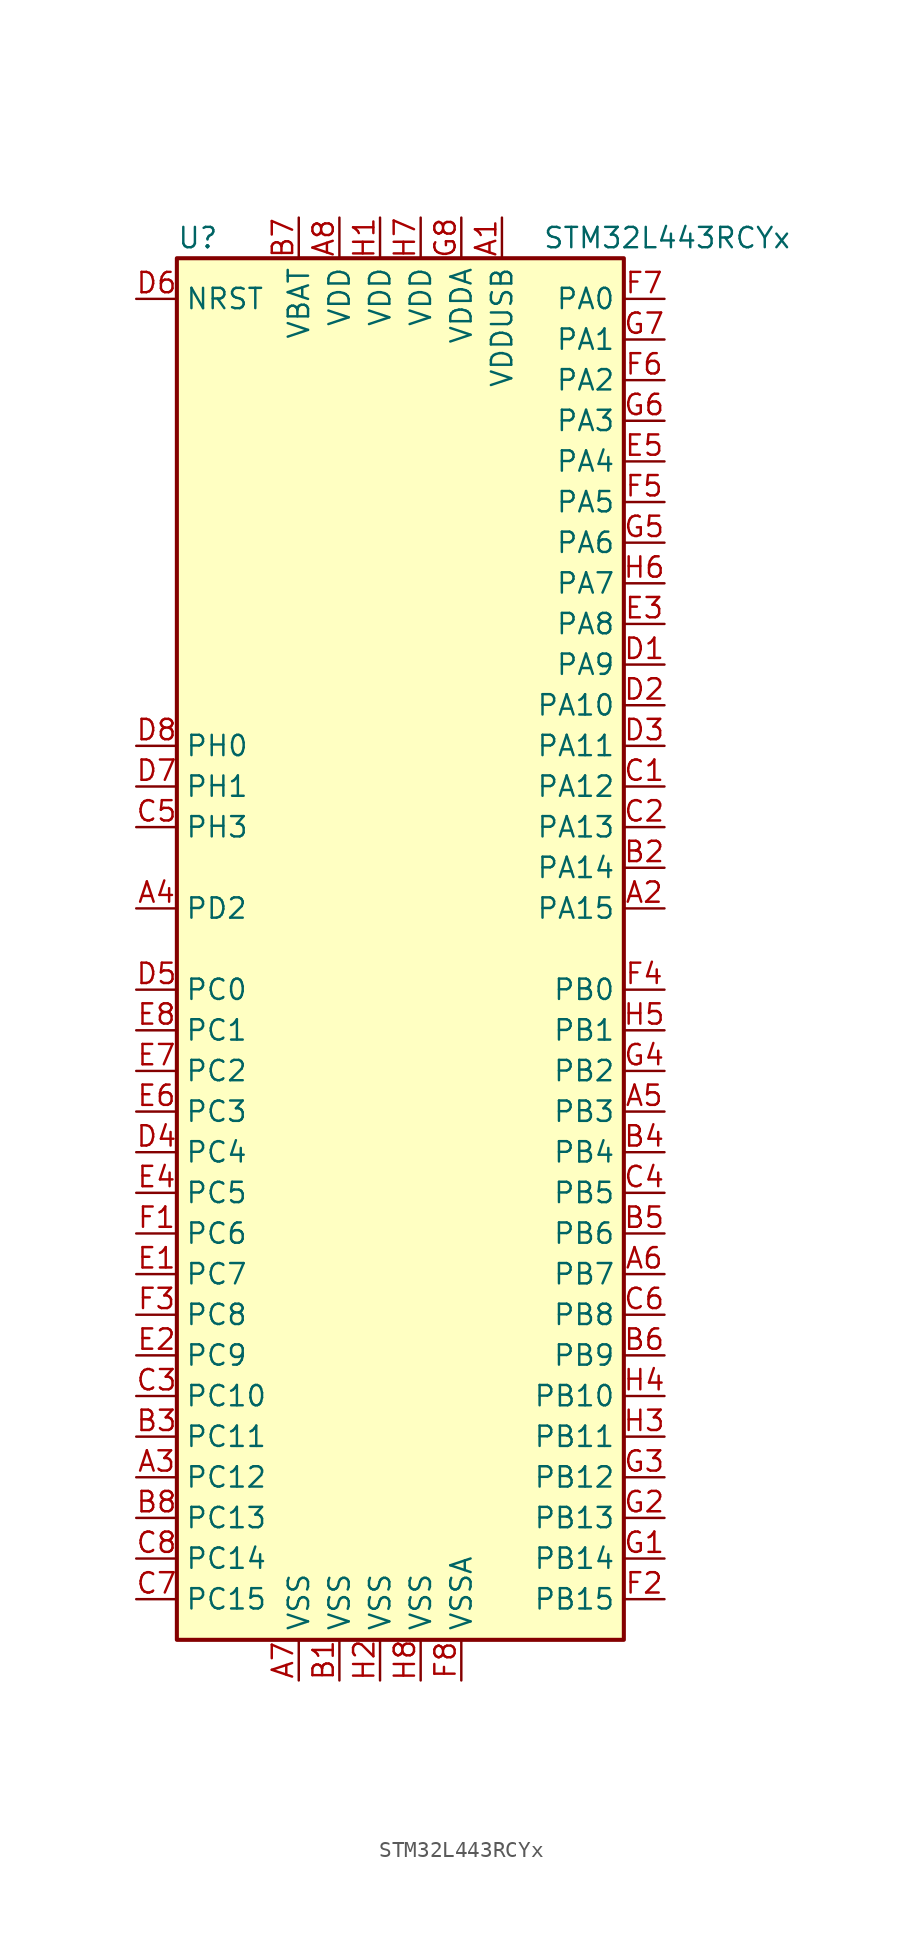
<source format=kicad_sym>
(kicad_symbol_lib
  (version 20201005)
  (generator kicad_symbol_editor)
  (symbol "STM32L443RCYx"
    (property "Reference" "U"
      (at -15.24 44.45 0)
      (effects (font (size 1.27 1.27)) (justify left)))
    (property "Value" "STM32L443RCYx"
      (at 7.62 44.45 0)
      (effects (font (size 1.27 1.27)) (justify left)))
    (symbol "STM32L443RCYx_0_1"
      (rectangle (start -15.24 -43.18) (end 12.7 43.18) (stroke (width 0.254)) (fill (type background))))
    (symbol "STM32L443RCYx_1_1"
      (pin power_in line (at 5.08 45.72 270) (length 2.54) (name "VDDUSB" (effects (font (size 1.27 1.27)))) (number "A1" (effects (font (size 1.27 1.27)))))
      (pin bidirectional line (at 15.24 2.54 180) (length 2.54) (name "PA15" (effects (font (size 1.27 1.27)))) (number "A2" (effects (font (size 1.27 1.27)))))
      (pin bidirectional line (at -17.78 -33.02 0) (length 2.54) (name "PC12" (effects (font (size 1.27 1.27)))) (number "A3" (effects (font (size 1.27 1.27)))))
      (pin bidirectional line (at -17.78 2.54 0) (length 2.54) (name "PD2" (effects (font (size 1.27 1.27)))) (number "A4" (effects (font (size 1.27 1.27)))))
      (pin bidirectional line (at 15.24 -10.16 180) (length 2.54) (name "PB3" (effects (font (size 1.27 1.27)))) (number "A5" (effects (font (size 1.27 1.27)))))
      (pin bidirectional line (at 15.24 -20.32 180) (length 2.54) (name "PB7" (effects (font (size 1.27 1.27)))) (number "A6" (effects (font (size 1.27 1.27)))))
      (pin power_in line (at -7.62 -45.72 90) (length 2.54) (name "VSS" (effects (font (size 1.27 1.27)))) (number "A7" (effects (font (size 1.27 1.27)))))
      (pin power_in line (at -5.08 45.72 270) (length 2.54) (name "VDD" (effects (font (size 1.27 1.27)))) (number "A8" (effects (font (size 1.27 1.27)))))
      (pin power_in line (at -5.08 -45.72 90) (length 2.54) (name "VSS" (effects (font (size 1.27 1.27)))) (number "B1" (effects (font (size 1.27 1.27)))))
      (pin bidirectional line (at 15.24 5.08 180) (length 2.54) (name "PA14" (effects (font (size 1.27 1.27)))) (number "B2" (effects (font (size 1.27 1.27)))))
      (pin bidirectional line (at -17.78 -30.48 0) (length 2.54) (name "PC11" (effects (font (size 1.27 1.27)))) (number "B3" (effects (font (size 1.27 1.27)))))
      (pin bidirectional line (at 15.24 -12.7 180) (length 2.54) (name "PB4" (effects (font (size 1.27 1.27)))) (number "B4" (effects (font (size 1.27 1.27)))))
      (pin bidirectional line (at 15.24 -17.78 180) (length 2.54) (name "PB6" (effects (font (size 1.27 1.27)))) (number "B5" (effects (font (size 1.27 1.27)))))
      (pin bidirectional line (at 15.24 -25.4 180) (length 2.54) (name "PB9" (effects (font (size 1.27 1.27)))) (number "B6" (effects (font (size 1.27 1.27)))))
      (pin power_in line (at -7.62 45.72 270) (length 2.54) (name "VBAT" (effects (font (size 1.27 1.27)))) (number "B7" (effects (font (size 1.27 1.27)))))
      (pin bidirectional line (at -17.78 -35.56 0) (length 2.54) (name "PC13" (effects (font (size 1.27 1.27)))) (number "B8" (effects (font (size 1.27 1.27)))))
      (pin bidirectional line (at 15.24 10.16 180) (length 2.54) (name "PA12" (effects (font (size 1.27 1.27)))) (number "C1" (effects (font (size 1.27 1.27)))))
      (pin bidirectional line (at 15.24 7.62 180) (length 2.54) (name "PA13" (effects (font (size 1.27 1.27)))) (number "C2" (effects (font (size 1.27 1.27)))))
      (pin bidirectional line (at -17.78 -27.94 0) (length 2.54) (name "PC10" (effects (font (size 1.27 1.27)))) (number "C3" (effects (font (size 1.27 1.27)))))
      (pin bidirectional line (at 15.24 -15.24 180) (length 2.54) (name "PB5" (effects (font (size 1.27 1.27)))) (number "C4" (effects (font (size 1.27 1.27)))))
      (pin bidirectional line (at -17.78 7.62 0) (length 2.54) (name "PH3" (effects (font (size 1.27 1.27)))) (number "C5" (effects (font (size 1.27 1.27)))))
      (pin bidirectional line (at 15.24 -22.86 180) (length 2.54) (name "PB8" (effects (font (size 1.27 1.27)))) (number "C6" (effects (font (size 1.27 1.27)))))
      (pin bidirectional line (at -17.78 -40.64 0) (length 2.54) (name "PC15" (effects (font (size 1.27 1.27)))) (number "C7" (effects (font (size 1.27 1.27)))))
      (pin bidirectional line (at -17.78 -38.1 0) (length 2.54) (name "PC14" (effects (font (size 1.27 1.27)))) (number "C8" (effects (font (size 1.27 1.27)))))
      (pin bidirectional line (at 15.24 17.78 180) (length 2.54) (name "PA9" (effects (font (size 1.27 1.27)))) (number "D1" (effects (font (size 1.27 1.27)))))
      (pin bidirectional line (at 15.24 15.24 180) (length 2.54) (name "PA10" (effects (font (size 1.27 1.27)))) (number "D2" (effects (font (size 1.27 1.27)))))
      (pin bidirectional line (at 15.24 12.7 180) (length 2.54) (name "PA11" (effects (font (size 1.27 1.27)))) (number "D3" (effects (font (size 1.27 1.27)))))
      (pin bidirectional line (at -17.78 -12.7 0) (length 2.54) (name "PC4" (effects (font (size 1.27 1.27)))) (number "D4" (effects (font (size 1.27 1.27)))))
      (pin bidirectional line (at -17.78 -2.54 0) (length 2.54) (name "PC0" (effects (font (size 1.27 1.27)))) (number "D5" (effects (font (size 1.27 1.27)))))
      (pin input line (at -17.78 40.64 0) (length 2.54) (name "NRST" (effects (font (size 1.27 1.27)))) (number "D6" (effects (font (size 1.27 1.27)))))
      (pin input line (at -17.78 10.16 0) (length 2.54) (name "PH1" (effects (font (size 1.27 1.27)))) (number "D7" (effects (font (size 1.27 1.27)))))
      (pin input line (at -17.78 12.7 0) (length 2.54) (name "PH0" (effects (font (size 1.27 1.27)))) (number "D8" (effects (font (size 1.27 1.27)))))
      (pin bidirectional line (at -17.78 -20.32 0) (length 2.54) (name "PC7" (effects (font (size 1.27 1.27)))) (number "E1" (effects (font (size 1.27 1.27)))))
      (pin bidirectional line (at -17.78 -25.4 0) (length 2.54) (name "PC9" (effects (font (size 1.27 1.27)))) (number "E2" (effects (font (size 1.27 1.27)))))
      (pin bidirectional line (at 15.24 20.32 180) (length 2.54) (name "PA8" (effects (font (size 1.27 1.27)))) (number "E3" (effects (font (size 1.27 1.27)))))
      (pin bidirectional line (at -17.78 -15.24 0) (length 2.54) (name "PC5" (effects (font (size 1.27 1.27)))) (number "E4" (effects (font (size 1.27 1.27)))))
      (pin bidirectional line (at 15.24 30.48 180) (length 2.54) (name "PA4" (effects (font (size 1.27 1.27)))) (number "E5" (effects (font (size 1.27 1.27)))))
      (pin bidirectional line (at -17.78 -10.16 0) (length 2.54) (name "PC3" (effects (font (size 1.27 1.27)))) (number "E6" (effects (font (size 1.27 1.27)))))
      (pin bidirectional line (at -17.78 -7.62 0) (length 2.54) (name "PC2" (effects (font (size 1.27 1.27)))) (number "E7" (effects (font (size 1.27 1.27)))))
      (pin bidirectional line (at -17.78 -5.08 0) (length 2.54) (name "PC1" (effects (font (size 1.27 1.27)))) (number "E8" (effects (font (size 1.27 1.27)))))
      (pin bidirectional line (at -17.78 -17.78 0) (length 2.54) (name "PC6" (effects (font (size 1.27 1.27)))) (number "F1" (effects (font (size 1.27 1.27)))))
      (pin bidirectional line (at 15.24 -40.64 180) (length 2.54) (name "PB15" (effects (font (size 1.27 1.27)))) (number "F2" (effects (font (size 1.27 1.27)))))
      (pin bidirectional line (at -17.78 -22.86 0) (length 2.54) (name "PC8" (effects (font (size 1.27 1.27)))) (number "F3" (effects (font (size 1.27 1.27)))))
      (pin bidirectional line (at 15.24 -2.54 180) (length 2.54) (name "PB0" (effects (font (size 1.27 1.27)))) (number "F4" (effects (font (size 1.27 1.27)))))
      (pin bidirectional line (at 15.24 27.94 180) (length 2.54) (name "PA5" (effects (font (size 1.27 1.27)))) (number "F5" (effects (font (size 1.27 1.27)))))
      (pin bidirectional line (at 15.24 35.56 180) (length 2.54) (name "PA2" (effects (font (size 1.27 1.27)))) (number "F6" (effects (font (size 1.27 1.27)))))
      (pin bidirectional line (at 15.24 40.64 180) (length 2.54) (name "PA0" (effects (font (size 1.27 1.27)))) (number "F7" (effects (font (size 1.27 1.27)))))
      (pin power_in line (at 2.54 -45.72 90) (length 2.54) (name "VSSA" (effects (font (size 1.27 1.27)))) (number "F8" (effects (font (size 1.27 1.27)))))
      (pin bidirectional line (at 15.24 -38.1 180) (length 2.54) (name "PB14" (effects (font (size 1.27 1.27)))) (number "G1" (effects (font (size 1.27 1.27)))))
      (pin bidirectional line (at 15.24 -35.56 180) (length 2.54) (name "PB13" (effects (font (size 1.27 1.27)))) (number "G2" (effects (font (size 1.27 1.27)))))
      (pin bidirectional line (at 15.24 -33.02 180) (length 2.54) (name "PB12" (effects (font (size 1.27 1.27)))) (number "G3" (effects (font (size 1.27 1.27)))))
      (pin bidirectional line (at 15.24 -7.62 180) (length 2.54) (name "PB2" (effects (font (size 1.27 1.27)))) (number "G4" (effects (font (size 1.27 1.27)))))
      (pin bidirectional line (at 15.24 25.4 180) (length 2.54) (name "PA6" (effects (font (size 1.27 1.27)))) (number "G5" (effects (font (size 1.27 1.27)))))
      (pin bidirectional line (at 15.24 33.02 180) (length 2.54) (name "PA3" (effects (font (size 1.27 1.27)))) (number "G6" (effects (font (size 1.27 1.27)))))
      (pin bidirectional line (at 15.24 38.1 180) (length 2.54) (name "PA1" (effects (font (size 1.27 1.27)))) (number "G7" (effects (font (size 1.27 1.27)))))
      (pin power_in line (at 2.54 45.72 270) (length 2.54) (name "VDDA" (effects (font (size 1.27 1.27)))) (number "G8" (effects (font (size 1.27 1.27)))))
      (pin power_in line (at -2.54 45.72 270) (length 2.54) (name "VDD" (effects (font (size 1.27 1.27)))) (number "H1" (effects (font (size 1.27 1.27)))))
      (pin power_in line (at -2.54 -45.72 90) (length 2.54) (name "VSS" (effects (font (size 1.27 1.27)))) (number "H2" (effects (font (size 1.27 1.27)))))
      (pin bidirectional line (at 15.24 -30.48 180) (length 2.54) (name "PB11" (effects (font (size 1.27 1.27)))) (number "H3" (effects (font (size 1.27 1.27)))))
      (pin bidirectional line (at 15.24 -27.94 180) (length 2.54) (name "PB10" (effects (font (size 1.27 1.27)))) (number "H4" (effects (font (size 1.27 1.27)))))
      (pin bidirectional line (at 15.24 -5.08 180) (length 2.54) (name "PB1" (effects (font (size 1.27 1.27)))) (number "H5" (effects (font (size 1.27 1.27)))))
      (pin bidirectional line (at 15.24 22.86 180) (length 2.54) (name "PA7" (effects (font (size 1.27 1.27)))) (number "H6" (effects (font (size 1.27 1.27)))))
      (pin power_in line (at 0 45.72 270) (length 2.54) (name "VDD" (effects (font (size 1.27 1.27)))) (number "H7" (effects (font (size 1.27 1.27)))))
      (pin power_in line (at 0 -45.72 90) (length 2.54) (name "VSS" (effects (font (size 1.27 1.27)))) (number "H8" (effects (font (size 1.27 1.27))))))))
</source>
